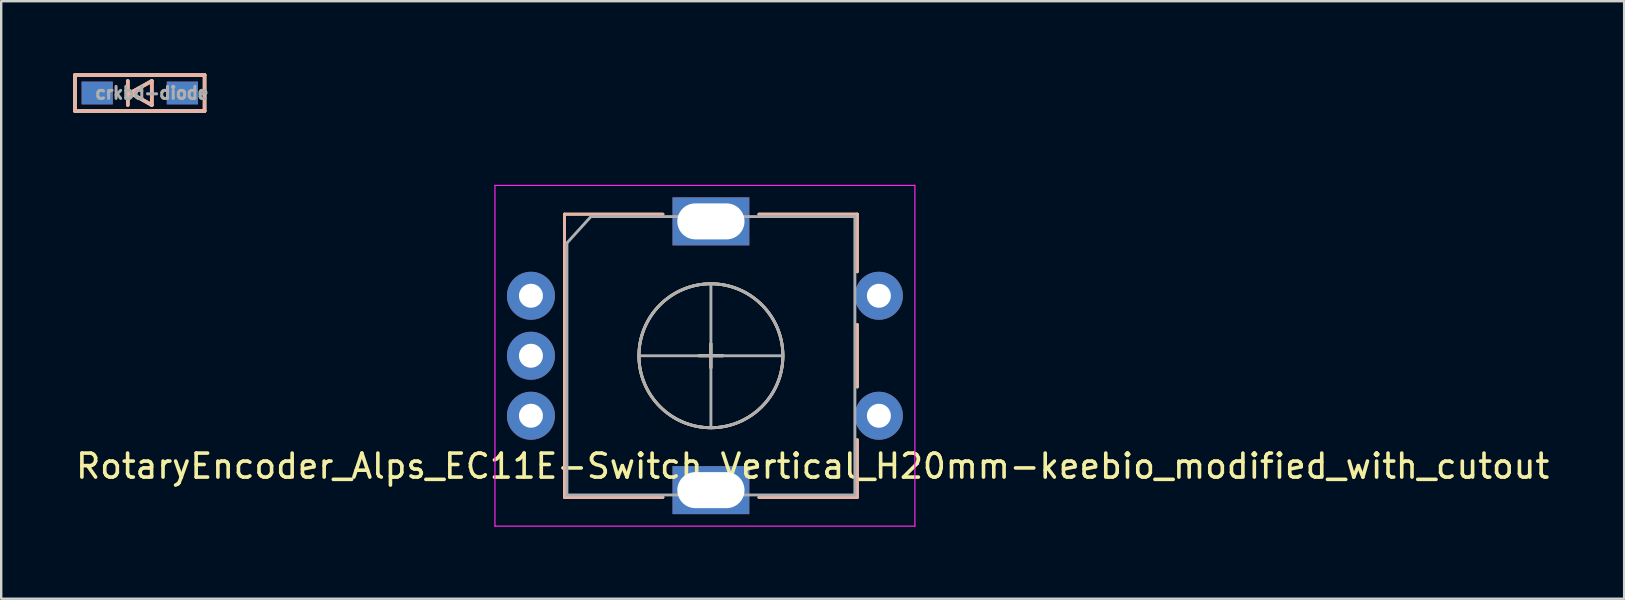
<source format=kicad_pcb>
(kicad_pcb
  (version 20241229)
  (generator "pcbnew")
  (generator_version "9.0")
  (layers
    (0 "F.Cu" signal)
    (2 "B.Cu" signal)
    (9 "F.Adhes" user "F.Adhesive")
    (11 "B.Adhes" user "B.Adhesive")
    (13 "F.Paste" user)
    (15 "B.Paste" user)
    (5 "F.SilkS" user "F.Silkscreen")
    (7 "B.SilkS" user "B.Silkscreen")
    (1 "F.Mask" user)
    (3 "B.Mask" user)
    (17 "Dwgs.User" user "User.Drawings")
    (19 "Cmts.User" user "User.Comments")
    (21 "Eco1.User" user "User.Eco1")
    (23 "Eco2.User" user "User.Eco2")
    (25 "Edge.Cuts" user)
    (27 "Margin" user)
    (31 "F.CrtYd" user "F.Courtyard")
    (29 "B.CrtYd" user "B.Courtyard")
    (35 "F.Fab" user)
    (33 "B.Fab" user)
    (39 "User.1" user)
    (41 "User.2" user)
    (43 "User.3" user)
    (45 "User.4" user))
  (footprint "RotaryEncoder_Alps_EC11E-Switch_Vertical_H20mm-keebio_modified_with_cutout"
    (layer "F.Cu")
    (at 26.575 11.775)
    (property "Reference" "RotaryEncoder_Alps_EC11E-Switch_Vertical_H20mm-keebio_modified_with_cutout" (at 4.24 4.6 0) (layer "F.SilkS") (effects (font (size 1 1) (thickness 0.15))))
    (attr through_hole)
    (fp_line (start -6.1 -5.9) (end -6.1 5.9) (stroke (width 0.12) (type solid)) (layer "F.SilkS"))
    (fp_line (start -2 -5.9) (end -6.1 -5.9) (stroke (width 0.12) (type solid)) (layer "F.SilkS"))
    (fp_line (start -2 5.9) (end -6.1 5.9) (stroke (width 0.12) (type solid)) (layer "F.SilkS"))
    (fp_line (start -0.5 0) (end 0.5 0) (stroke (width 0.12) (type solid)) (layer "F.SilkS"))
    (fp_line (start 0 -0.5) (end 0 0.5) (stroke (width 0.12) (type solid)) (layer "F.SilkS"))
    (fp_line (start 2 -5.9) (end 6.1 -5.9) (stroke (width 0.12) (type solid)) (layer "F.SilkS"))
    (fp_line (start 6.1 -5.9) (end 6.1 -3.5) (stroke (width 0.12) (type solid)) (layer "F.SilkS"))
    (fp_line (start 6.1 -1.3) (end 6.1 1.3) (stroke (width 0.12) (type solid)) (layer "F.SilkS"))
    (fp_line (start 6.1 3.5) (end 6.1 5.9) (stroke (width 0.12) (type solid)) (layer "F.SilkS"))
    (fp_line (start 6.1 5.9) (end 2 5.9) (stroke (width 0.12) (type solid)) (layer "F.SilkS"))
    (fp_circle (center 0 0) (end 3 0) (stroke (width 0.12) (type solid)) (fill no) (layer "F.SilkS"))
    (fp_line (start -6.1 -5.9) (end -6.1 5.9) (stroke (width 0.12) (type solid)) (layer "B.SilkS"))
    (fp_line (start -2 -5.9) (end -6.1 -5.9) (stroke (width 0.12) (type solid)) (layer "B.SilkS"))
    (fp_line (start -2 5.9) (end -6.1 5.9) (stroke (width 0.12) (type solid)) (layer "B.SilkS"))
    (fp_line (start -0.5 0) (end 0.5 0) (stroke (width 0.12) (type solid)) (layer "B.SilkS"))
    (fp_line (start 0 -0.5) (end 0 0.5) (stroke (width 0.12) (type solid)) (layer "B.SilkS"))
    (fp_line (start 2 -5.9) (end 6.1 -5.9) (stroke (width 0.12) (type solid)) (layer "B.SilkS"))
    (fp_line (start 6.1 -5.9) (end 6.1 -3.5) (stroke (width 0.12) (type solid)) (layer "B.SilkS"))
    (fp_line (start 6.1 -1.3) (end 6.1 1.3) (stroke (width 0.12) (type solid)) (layer "B.SilkS"))
    (fp_line (start 6.1 3.5) (end 6.1 5.9) (stroke (width 0.12) (type solid)) (layer "B.SilkS"))
    (fp_line (start 6.1 5.9) (end 2 5.9) (stroke (width 0.12) (type solid)) (layer "B.SilkS"))
    (fp_circle (center 0 0) (end 3 0) (stroke (width 0.12) (type solid)) (fill no) (layer "B.SilkS"))
    (fp_line (start -9 -7.1) (end -9 7.1) (stroke (width 0.05) (type solid)) (layer "F.CrtYd"))
    (fp_line (start -9 -7.1) (end 8.5 -7.1) (stroke (width 0.05) (type solid)) (layer "F.CrtYd"))
    (fp_line (start 8.5 7.1) (end -9 7.1) (stroke (width 0.05) (type solid)) (layer "F.CrtYd"))
    (fp_line (start 8.5 7.1) (end 8.5 -7.1) (stroke (width 0.05) (type solid)) (layer "F.CrtYd"))
    (fp_line (start -6 -4.7) (end -5 -5.8) (stroke (width 0.12) (type solid)) (layer "F.Fab"))
    (fp_line (start -6 5.8) (end -6 -4.7) (stroke (width 0.12) (type solid)) (layer "F.Fab"))
    (fp_line (start -5 -5.8) (end 6 -5.8) (stroke (width 0.12) (type solid)) (layer "F.Fab"))
    (fp_line (start -3 0) (end 3 0) (stroke (width 0.12) (type solid)) (layer "F.Fab"))
    (fp_line (start 0 -3) (end 0 3) (stroke (width 0.12) (type solid)) (layer "F.Fab"))
    (fp_line (start 6 -5.8) (end 6 5.8) (stroke (width 0.12) (type solid)) (layer "F.Fab"))
    (fp_line (start 6 5.8) (end -6 5.8) (stroke (width 0.12) (type solid)) (layer "F.Fab"))
    (fp_circle (center 0 0) (end 3 0) (stroke (width 0.12) (type solid)) (fill no) (layer "F.Fab"))
    (fp_rect (start -7.9 -6.5) (end 7.4 6.5) (stroke (width 0.1) (type default)) (fill no) (layer "User.3"))
    (pad "A" thru_hole circle (at -7.5 -2.5) (size 2 2) (drill 1) (layers "*.Cu" "*.Mask"))
    (pad "B" thru_hole circle (at -7.5 2.5) (size 2 2) (drill 1) (layers "*.Cu" "*.Mask"))
    (pad "C" thru_hole circle (at -7.5 0) (size 2 2) (drill 1) (layers "*.Cu" "*.Mask"))
    (pad "MP" thru_hole rect (at 0 -5.6) (size 3.2 2) (drill oval 2.8 1.5) (layers "*.Cu" "*.Mask"))
    (pad "MP" thru_hole rect (at 0 5.6) (size 3.2 2) (drill oval 2.8 1.5) (layers "*.Cu" "*.Mask"))
    (pad "S1" thru_hole circle (at 7 2.5) (size 2 2) (drill 1) (layers "*.Cu" "*.Mask"))
    (pad "S2" thru_hole circle (at 7 -2.5) (size 2 2) (drill 1) (layers "*.Cu" "*.Mask")))
  (footprint "crkbd-diode"
    (layer "F.Cu")
    (at 2.775 0.825)
    (property "Reference" "crkbd-diode" (at 0.5 0 180) (layer "F.Fab") (effects (font (size 0.5 0.5) (thickness 0.125))))
    (attr smd)
    (fp_line (start -2.7 -0.75) (end -2.7 0.75) (stroke (width 0.15) (type solid)) (layer "F.SilkS"))
    (fp_line (start -2.7 0.75) (end 2.7 0.75) (stroke (width 0.15) (type solid)) (layer "F.SilkS"))
    (fp_line (start -0.5 -0.5) (end -0.5 0.5) (stroke (width 0.15) (type solid)) (layer "F.SilkS"))
    (fp_line (start -0.4 0) (end 0.5 -0.5) (stroke (width 0.15) (type solid)) (layer "F.SilkS"))
    (fp_line (start 0.5 -0.5) (end 0.5 0.5) (stroke (width 0.15) (type solid)) (layer "F.SilkS"))
    (fp_line (start 0.5 0.5) (end -0.4 0) (stroke (width 0.15) (type solid)) (layer "F.SilkS"))
    (fp_line (start 2.7 -0.75) (end -2.7 -0.75) (stroke (width 0.15) (type solid)) (layer "F.SilkS"))
    (fp_line (start 2.7 -0.75) (end 2.7 0.75) (stroke (width 0.15) (type solid)) (layer "F.SilkS"))
    (fp_line (start -2.7 -0.75) (end -2.7 0.75) (stroke (width 0.15) (type solid)) (layer "B.SilkS"))
    (fp_line (start -2.7 0.75) (end 2.7 0.75) (stroke (width 0.15) (type solid)) (layer "B.SilkS"))
    (fp_line (start -0.5 -0.5) (end -0.5 0.5) (stroke (width 0.15) (type solid)) (layer "B.SilkS"))
    (fp_line (start -0.4 0) (end 0.5 -0.5) (stroke (width 0.15) (type solid)) (layer "B.SilkS"))
    (fp_line (start 0.5 -0.5) (end 0.5 0.5) (stroke (width 0.15) (type solid)) (layer "B.SilkS"))
    (fp_line (start 0.5 0.5) (end -0.4 0) (stroke (width 0.15) (type solid)) (layer "B.SilkS"))
    (fp_line (start 2.7 -0.75) (end -2.7 -0.75) (stroke (width 0.15) (type solid)) (layer "B.SilkS"))
    (fp_line (start 2.7 0.75) (end 2.7 -0.75) (stroke (width 0.15) (type solid)) (layer "B.SilkS"))
    (pad "1" smd rect (at -1.775 0) (size 1.3 0.95) (layers "F.Cu" "F.Mask" "F.Paste"))
    (pad "1" smd rect (at -1.775 0) (size 1.3 0.95) (layers "B.Cu" "B.Mask" "B.Paste"))
    (pad "2" smd rect (at 1.775 0) (size 1.3 0.95) (layers "F.Cu" "F.Mask" "F.Paste"))
    (pad "2" smd rect (at 1.775 0) (size 1.3 0.95) (layers "B.Cu" "B.Mask" "B.Paste")))
  (gr_rect
    (start -3 -3)
    (end 64.631 21.9)
    (stroke (width 0.1) (type default))
    (fill no)
    (layer "Edge.Cuts")))
</source>
